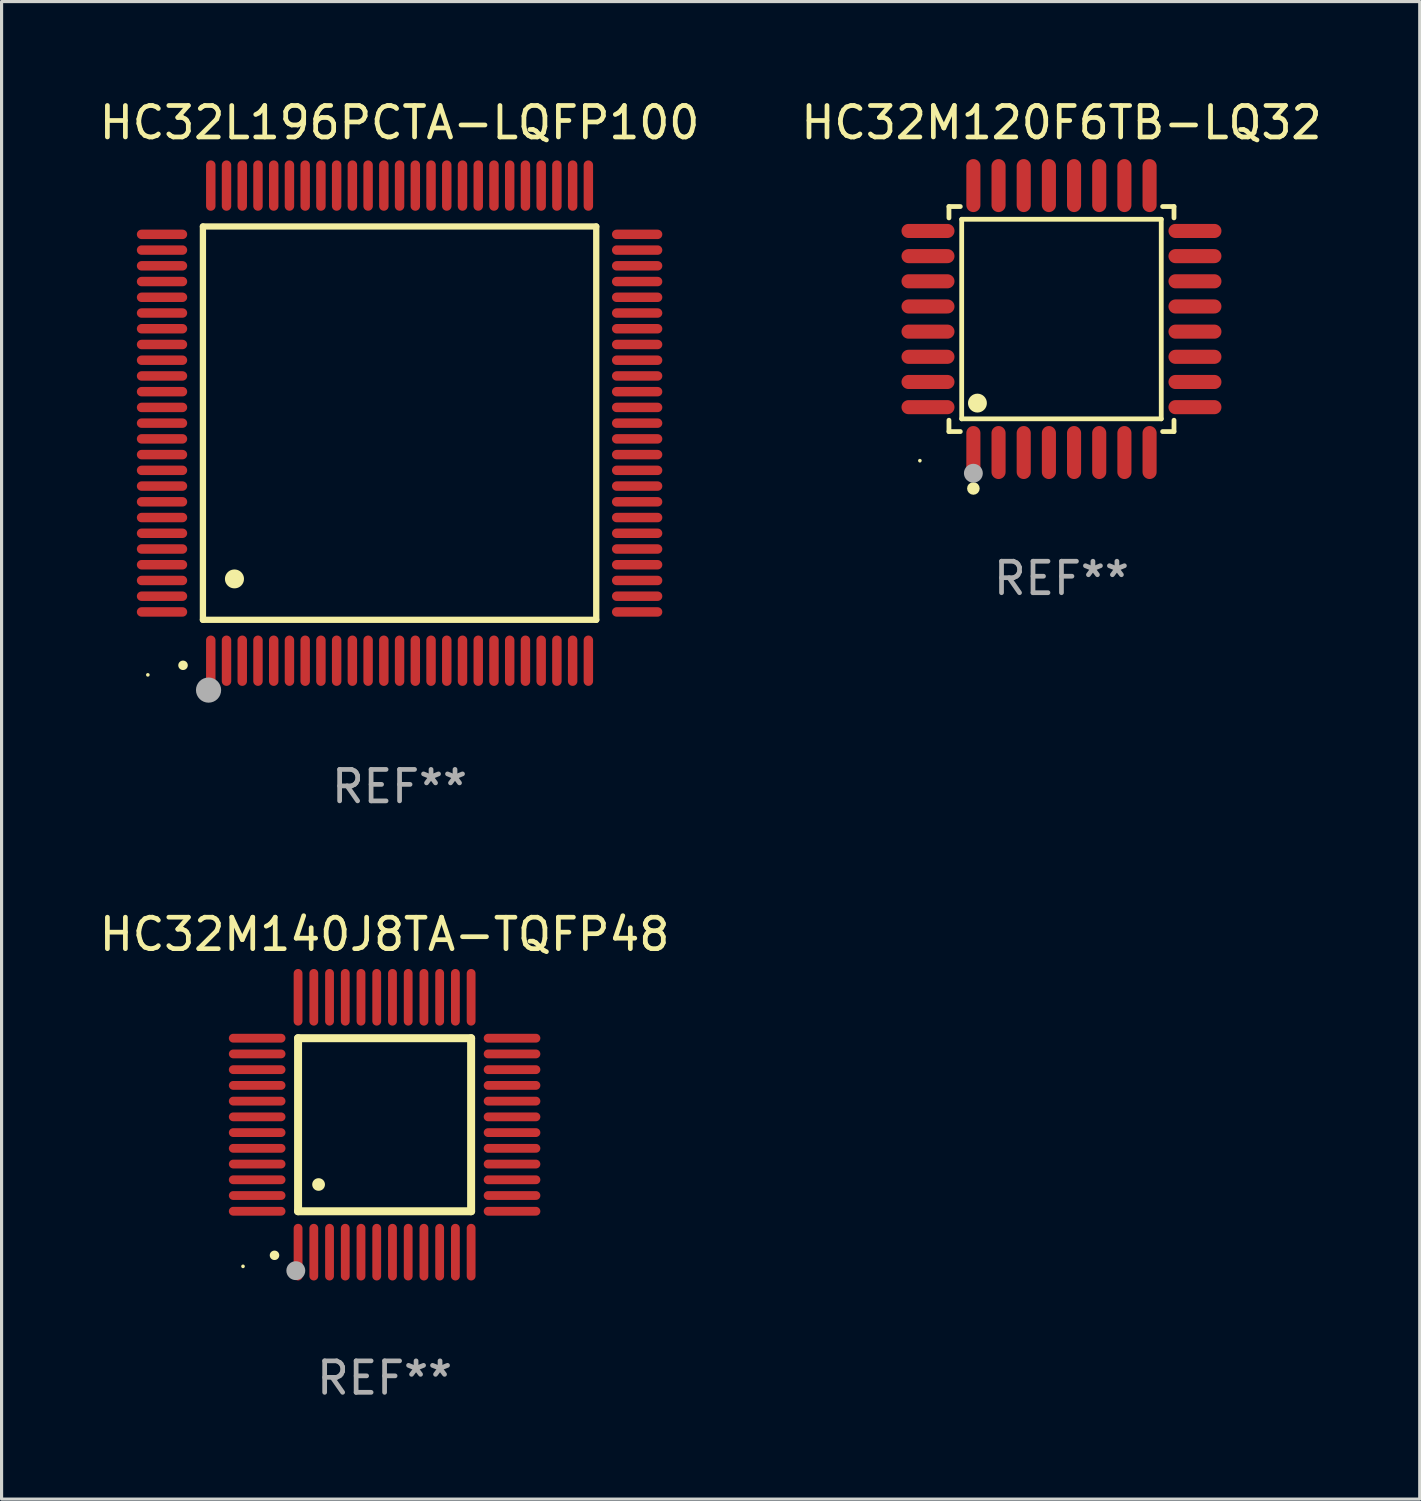
<source format=kicad_pcb>
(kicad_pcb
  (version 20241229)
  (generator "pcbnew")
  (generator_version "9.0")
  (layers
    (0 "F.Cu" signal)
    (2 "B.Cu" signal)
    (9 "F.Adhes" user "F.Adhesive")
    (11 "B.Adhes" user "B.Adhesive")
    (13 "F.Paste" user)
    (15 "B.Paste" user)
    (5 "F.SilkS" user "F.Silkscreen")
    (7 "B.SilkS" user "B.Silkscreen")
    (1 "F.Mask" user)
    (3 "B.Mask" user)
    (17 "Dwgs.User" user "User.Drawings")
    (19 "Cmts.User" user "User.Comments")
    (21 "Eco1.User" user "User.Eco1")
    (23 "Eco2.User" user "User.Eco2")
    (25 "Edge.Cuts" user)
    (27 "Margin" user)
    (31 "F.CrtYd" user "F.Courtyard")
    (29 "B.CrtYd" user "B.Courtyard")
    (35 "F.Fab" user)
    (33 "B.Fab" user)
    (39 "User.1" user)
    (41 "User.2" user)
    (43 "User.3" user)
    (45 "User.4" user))
  (footprint "HC32M140J8TA-TQFP48"
    (layer "F.Cu")
    (at 9.173 32.695)
    (property "Reference" "HC32M140J8TA-TQFP48" (at 0 -6.05 0) (layer "F.SilkS") (effects (font (size 1 1) (thickness 0.15))))
    (attr through_hole)
    (fp_line (start -2.75 -2.75) (end 2.75 -2.75) (stroke (width 0.254) (type solid)) (layer "F.SilkS"))
    (fp_line (start -2.75 2.75) (end -2.75 -2.75) (stroke (width 0.254) (type solid)) (layer "F.SilkS"))
    (fp_line (start 2.75 -2.75) (end 2.75 2.75) (stroke (width 0.254) (type solid)) (layer "F.SilkS"))
    (fp_line (start 2.75 2.75) (end -2.75 2.75) (stroke (width 0.254) (type solid)) (layer "F.SilkS"))
    (fp_arc (start -3.500127 4.150368) (mid -3.498857 4.150363) (end -3.497587 4.150368) (stroke (width 0.3) (type solid)) (layer "F.SilkS"))
    (fp_arc (start -2.100584 1.899924) (mid -2.098044 1.899908) (end -2.095504 1.899924) (stroke (width 0.4) (type solid)) (layer "F.SilkS"))
    (fp_circle (center -4.5 4.5) (end -4.47 4.5) (stroke (width 0.06) (type solid)) (fill no) (layer "F.SilkS"))
    (fp_circle (center -2.822 4.638) (end -2.672 4.638) (stroke (width 0.3) (type solid)) (fill no) (layer "F.Fab"))
    (fp_text user "REF**" (at 0 8.05 0) (layer "F.Fab") (effects (font (size 1 1) (thickness 0.15))))
    (pad "1" smd oval (at -2.75 4.05) (size 0.28 1.8) (layers "F.Cu" "F.Mask" "F.Paste"))
    (pad "2" smd oval (at -2.25 4.05) (size 0.28 1.8) (layers "F.Cu" "F.Mask" "F.Paste"))
    (pad "3" smd oval (at -1.75 4.05) (size 0.28 1.8) (layers "F.Cu" "F.Mask" "F.Paste"))
    (pad "4" smd oval (at -1.25 4.05) (size 0.28 1.8) (layers "F.Cu" "F.Mask" "F.Paste"))
    (pad "5" smd oval (at -0.75 4.05) (size 0.28 1.8) (layers "F.Cu" "F.Mask" "F.Paste"))
    (pad "6" smd oval (at -0.25 4.05) (size 0.28 1.8) (layers "F.Cu" "F.Mask" "F.Paste"))
    (pad "7" smd oval (at 0.25 4.05) (size 0.28 1.8) (layers "F.Cu" "F.Mask" "F.Paste"))
    (pad "8" smd oval (at 0.75 4.05) (size 0.28 1.8) (layers "F.Cu" "F.Mask" "F.Paste"))
    (pad "9" smd oval (at 1.25 4.05) (size 0.28 1.8) (layers "F.Cu" "F.Mask" "F.Paste"))
    (pad "10" smd oval (at 1.75 4.05) (size 0.28 1.8) (layers "F.Cu" "F.Mask" "F.Paste"))
    (pad "11" smd oval (at 2.25 4.05) (size 0.28 1.8) (layers "F.Cu" "F.Mask" "F.Paste"))
    (pad "12" smd oval (at 2.75 4.05) (size 0.28 1.8) (layers "F.Cu" "F.Mask" "F.Paste"))
    (pad "13" smd oval (at 4.05 2.75) (size 1.8 0.28) (layers "F.Cu" "F.Mask" "F.Paste"))
    (pad "14" smd oval (at 4.05 2.25) (size 1.8 0.28) (layers "F.Cu" "F.Mask" "F.Paste"))
    (pad "15" smd oval (at 4.05 1.75) (size 1.8 0.28) (layers "F.Cu" "F.Mask" "F.Paste"))
    (pad "16" smd oval (at 4.05 1.25) (size 1.8 0.28) (layers "F.Cu" "F.Mask" "F.Paste"))
    (pad "17" smd oval (at 4.05 0.75) (size 1.8 0.28) (layers "F.Cu" "F.Mask" "F.Paste"))
    (pad "18" smd oval (at 4.05 0.25) (size 1.8 0.28) (layers "F.Cu" "F.Mask" "F.Paste"))
    (pad "19" smd oval (at 4.05 -0.25) (size 1.8 0.28) (layers "F.Cu" "F.Mask" "F.Paste"))
    (pad "20" smd oval (at 4.05 -0.75) (size 1.8 0.28) (layers "F.Cu" "F.Mask" "F.Paste"))
    (pad "21" smd oval (at 4.05 -1.25) (size 1.8 0.28) (layers "F.Cu" "F.Mask" "F.Paste"))
    (pad "22" smd oval (at 4.05 -1.75) (size 1.8 0.28) (layers "F.Cu" "F.Mask" "F.Paste"))
    (pad "23" smd oval (at 4.05 -2.25) (size 1.8 0.28) (layers "F.Cu" "F.Mask" "F.Paste"))
    (pad "24" smd oval (at 4.05 -2.75) (size 1.8 0.28) (layers "F.Cu" "F.Mask" "F.Paste"))
    (pad "25" smd oval (at 2.75 -4.05) (size 0.28 1.8) (layers "F.Cu" "F.Mask" "F.Paste"))
    (pad "26" smd oval (at 2.25 -4.05) (size 0.28 1.8) (layers "F.Cu" "F.Mask" "F.Paste"))
    (pad "27" smd oval (at 1.75 -4.05) (size 0.28 1.8) (layers "F.Cu" "F.Mask" "F.Paste"))
    (pad "28" smd oval (at 1.25 -4.05) (size 0.28 1.8) (layers "F.Cu" "F.Mask" "F.Paste"))
    (pad "29" smd oval (at 0.75 -4.05) (size 0.28 1.8) (layers "F.Cu" "F.Mask" "F.Paste"))
    (pad "30" smd oval (at 0.25 -4.05) (size 0.28 1.8) (layers "F.Cu" "F.Mask" "F.Paste"))
    (pad "31" smd oval (at -0.25 -4.05) (size 0.28 1.8) (layers "F.Cu" "F.Mask" "F.Paste"))
    (pad "32" smd oval (at -0.75 -4.05) (size 0.28 1.8) (layers "F.Cu" "F.Mask" "F.Paste"))
    (pad "33" smd oval (at -1.25 -4.05) (size 0.28 1.8) (layers "F.Cu" "F.Mask" "F.Paste"))
    (pad "34" smd oval (at -1.75 -4.05) (size 0.28 1.8) (layers "F.Cu" "F.Mask" "F.Paste"))
    (pad "35" smd oval (at -2.25 -4.05) (size 0.28 1.8) (layers "F.Cu" "F.Mask" "F.Paste"))
    (pad "36" smd oval (at -2.75 -4.05) (size 0.28 1.8) (layers "F.Cu" "F.Mask" "F.Paste"))
    (pad "37" smd oval (at -4.05 -2.75) (size 1.8 0.28) (layers "F.Cu" "F.Mask" "F.Paste"))
    (pad "38" smd oval (at -4.05 -2.25) (size 1.8 0.28) (layers "F.Cu" "F.Mask" "F.Paste"))
    (pad "39" smd oval (at -4.05 -1.75) (size 1.8 0.28) (layers "F.Cu" "F.Mask" "F.Paste"))
    (pad "40" smd oval (at -4.05 -1.25) (size 1.8 0.28) (layers "F.Cu" "F.Mask" "F.Paste"))
    (pad "41" smd oval (at -4.05 -0.75) (size 1.8 0.28) (layers "F.Cu" "F.Mask" "F.Paste"))
    (pad "42" smd oval (at -4.05 -0.25) (size 1.8 0.28) (layers "F.Cu" "F.Mask" "F.Paste"))
    (pad "43" smd oval (at -4.05 0.25) (size 1.8 0.28) (layers "F.Cu" "F.Mask" "F.Paste"))
    (pad "44" smd oval (at -4.05 0.75) (size 1.8 0.28) (layers "F.Cu" "F.Mask" "F.Paste"))
    (pad "45" smd oval (at -4.05 1.25) (size 1.8 0.28) (layers "F.Cu" "F.Mask" "F.Paste"))
    (pad "46" smd oval (at -4.05 1.75) (size 1.8 0.28) (layers "F.Cu" "F.Mask" "F.Paste"))
    (pad "47" smd oval (at -4.05 2.25) (size 1.8 0.28) (layers "F.Cu" "F.Mask" "F.Paste"))
    (pad "48" smd oval (at -4.05 2.75) (size 1.8 0.28) (layers "F.Cu" "F.Mask" "F.Paste")))
  (footprint "HC32L196PCTA-LQFP100"
    (layer "F.Cu")
    (at 9.649 10.398)
    (property "Reference" "HC32L196PCTA-LQFP100" (at 0 -9.55 0) (layer "F.SilkS") (effects (font (size 1 1) (thickness 0.15))))
    (attr through_hole)
    (fp_line (start -6.25 -6.25) (end -6.25 6.25) (stroke (width 0.2) (type solid)) (layer "F.SilkS"))
    (fp_line (start -6.25 6.25) (end 6.25 6.25) (stroke (width 0.2) (type solid)) (layer "F.SilkS"))
    (fp_line (start 6.25 -6.25) (end -6.25 -6.25) (stroke (width 0.2) (type solid)) (layer "F.SilkS"))
    (fp_line (start 6.25 6.25) (end 6.25 -6.25) (stroke (width 0.2) (type solid)) (layer "F.SilkS"))
    (fp_arc (start -6.883414 7.696215) (mid -6.882144 7.69621) (end -6.880874 7.696215) (stroke (width 0.3) (type solid)) (layer "F.SilkS"))
    (fp_arc (start -5.250191 4.95047) (mid -5.247651 4.950459) (end -5.245111 4.95047) (stroke (width 0.6) (type solid)) (layer "F.SilkS"))
    (fp_circle (center -8 8) (end -7.97 8) (stroke (width 0.06) (type solid)) (fill no) (layer "F.SilkS"))
    (fp_circle (center -6.071 8.484) (end -5.871 8.484) (stroke (width 0.4) (type solid)) (fill no) (layer "F.Fab"))
    (fp_text user "REF**" (at 0 11.55 0) (layer "F.Fab") (effects (font (size 1 1) (thickness 0.15))))
    (pad "1" smd oval (at -6 7.55) (size 0.3 1.6) (layers "F.Cu" "F.Mask" "F.Paste"))
    (pad "2" smd oval (at -5.5 7.55) (size 0.3 1.6) (layers "F.Cu" "F.Mask" "F.Paste"))
    (pad "3" smd oval (at -5 7.55) (size 0.3 1.6) (layers "F.Cu" "F.Mask" "F.Paste"))
    (pad "4" smd oval (at -4.5 7.55) (size 0.3 1.6) (layers "F.Cu" "F.Mask" "F.Paste"))
    (pad "5" smd oval (at -4 7.55) (size 0.3 1.6) (layers "F.Cu" "F.Mask" "F.Paste"))
    (pad "6" smd oval (at -3.5 7.55) (size 0.3 1.6) (layers "F.Cu" "F.Mask" "F.Paste"))
    (pad "7" smd oval (at -3 7.55) (size 0.3 1.6) (layers "F.Cu" "F.Mask" "F.Paste"))
    (pad "8" smd oval (at -2.5 7.55) (size 0.3 1.6) (layers "F.Cu" "F.Mask" "F.Paste"))
    (pad "9" smd oval (at -2 7.55) (size 0.3 1.6) (layers "F.Cu" "F.Mask" "F.Paste"))
    (pad "10" smd oval (at -1.5 7.55) (size 0.3 1.6) (layers "F.Cu" "F.Mask" "F.Paste"))
    (pad "11" smd oval (at -1 7.55) (size 0.3 1.6) (layers "F.Cu" "F.Mask" "F.Paste"))
    (pad "12" smd oval (at -0.5 7.55) (size 0.3 1.6) (layers "F.Cu" "F.Mask" "F.Paste"))
    (pad "13" smd oval (at 0 7.55) (size 0.3 1.6) (layers "F.Cu" "F.Mask" "F.Paste"))
    (pad "14" smd oval (at 0.5 7.55) (size 0.3 1.6) (layers "F.Cu" "F.Mask" "F.Paste"))
    (pad "15" smd oval (at 1 7.55) (size 0.3 1.6) (layers "F.Cu" "F.Mask" "F.Paste"))
    (pad "16" smd oval (at 1.5 7.55) (size 0.3 1.6) (layers "F.Cu" "F.Mask" "F.Paste"))
    (pad "17" smd oval (at 2 7.55) (size 0.3 1.6) (layers "F.Cu" "F.Mask" "F.Paste"))
    (pad "18" smd oval (at 2.5 7.55) (size 0.3 1.6) (layers "F.Cu" "F.Mask" "F.Paste"))
    (pad "19" smd oval (at 3 7.55) (size 0.3 1.6) (layers "F.Cu" "F.Mask" "F.Paste"))
    (pad "20" smd oval (at 3.5 7.55) (size 0.3 1.6) (layers "F.Cu" "F.Mask" "F.Paste"))
    (pad "21" smd oval (at 4 7.55) (size 0.3 1.6) (layers "F.Cu" "F.Mask" "F.Paste"))
    (pad "22" smd oval (at 4.5 7.55) (size 0.3 1.6) (layers "F.Cu" "F.Mask" "F.Paste"))
    (pad "23" smd oval (at 5 7.55) (size 0.3 1.6) (layers "F.Cu" "F.Mask" "F.Paste"))
    (pad "24" smd oval (at 5.5 7.55) (size 0.3 1.6) (layers "F.Cu" "F.Mask" "F.Paste"))
    (pad "25" smd oval (at 6 7.55) (size 0.3 1.6) (layers "F.Cu" "F.Mask" "F.Paste"))
    (pad "26" smd oval (at 7.55 6) (size 1.6 0.3) (layers "F.Cu" "F.Mask" "F.Paste"))
    (pad "27" smd oval (at 7.55 5.5) (size 1.6 0.3) (layers "F.Cu" "F.Mask" "F.Paste"))
    (pad "28" smd oval (at 7.55 5) (size 1.6 0.3) (layers "F.Cu" "F.Mask" "F.Paste"))
    (pad "29" smd oval (at 7.55 4.5) (size 1.6 0.3) (layers "F.Cu" "F.Mask" "F.Paste"))
    (pad "30" smd oval (at 7.55 4) (size 1.6 0.3) (layers "F.Cu" "F.Mask" "F.Paste"))
    (pad "31" smd oval (at 7.55 3.5) (size 1.6 0.3) (layers "F.Cu" "F.Mask" "F.Paste"))
    (pad "32" smd oval (at 7.55 3) (size 1.6 0.3) (layers "F.Cu" "F.Mask" "F.Paste"))
    (pad "33" smd oval (at 7.55 2.5) (size 1.6 0.3) (layers "F.Cu" "F.Mask" "F.Paste"))
    (pad "34" smd oval (at 7.55 2) (size 1.6 0.3) (layers "F.Cu" "F.Mask" "F.Paste"))
    (pad "35" smd oval (at 7.55 1.5) (size 1.6 0.3) (layers "F.Cu" "F.Mask" "F.Paste"))
    (pad "36" smd oval (at 7.55 1) (size 1.6 0.3) (layers "F.Cu" "F.Mask" "F.Paste"))
    (pad "37" smd oval (at 7.55 0.5) (size 1.6 0.3) (layers "F.Cu" "F.Mask" "F.Paste"))
    (pad "38" smd oval (at 7.55 0) (size 1.6 0.3) (layers "F.Cu" "F.Mask" "F.Paste"))
    (pad "39" smd oval (at 7.55 -0.5) (size 1.6 0.3) (layers "F.Cu" "F.Mask" "F.Paste"))
    (pad "40" smd oval (at 7.55 -1) (size 1.6 0.3) (layers "F.Cu" "F.Mask" "F.Paste"))
    (pad "41" smd oval (at 7.55 -1.5) (size 1.6 0.3) (layers "F.Cu" "F.Mask" "F.Paste"))
    (pad "42" smd oval (at 7.55 -2) (size 1.6 0.3) (layers "F.Cu" "F.Mask" "F.Paste"))
    (pad "43" smd oval (at 7.55 -2.5) (size 1.6 0.3) (layers "F.Cu" "F.Mask" "F.Paste"))
    (pad "44" smd oval (at 7.55 -3) (size 1.6 0.3) (layers "F.Cu" "F.Mask" "F.Paste"))
    (pad "45" smd oval (at 7.55 -3.5) (size 1.6 0.3) (layers "F.Cu" "F.Mask" "F.Paste"))
    (pad "46" smd oval (at 7.55 -4) (size 1.6 0.3) (layers "F.Cu" "F.Mask" "F.Paste"))
    (pad "47" smd oval (at 7.55 -4.5) (size 1.6 0.3) (layers "F.Cu" "F.Mask" "F.Paste"))
    (pad "48" smd oval (at 7.55 -5) (size 1.6 0.3) (layers "F.Cu" "F.Mask" "F.Paste"))
    (pad "49" smd oval (at 7.55 -5.5) (size 1.6 0.3) (layers "F.Cu" "F.Mask" "F.Paste"))
    (pad "50" smd oval (at 7.55 -6) (size 1.6 0.3) (layers "F.Cu" "F.Mask" "F.Paste"))
    (pad "51" smd oval (at 6 -7.55) (size 0.3 1.6) (layers "F.Cu" "F.Mask" "F.Paste"))
    (pad "52" smd oval (at 5.5 -7.55) (size 0.3 1.6) (layers "F.Cu" "F.Mask" "F.Paste"))
    (pad "53" smd oval (at 5 -7.55) (size 0.3 1.6) (layers "F.Cu" "F.Mask" "F.Paste"))
    (pad "54" smd oval (at 4.5 -7.55) (size 0.3 1.6) (layers "F.Cu" "F.Mask" "F.Paste"))
    (pad "55" smd oval (at 4 -7.55) (size 0.3 1.6) (layers "F.Cu" "F.Mask" "F.Paste"))
    (pad "56" smd oval (at 3.5 -7.55) (size 0.3 1.6) (layers "F.Cu" "F.Mask" "F.Paste"))
    (pad "57" smd oval (at 3 -7.55) (size 0.3 1.6) (layers "F.Cu" "F.Mask" "F.Paste"))
    (pad "58" smd oval (at 2.5 -7.55) (size 0.3 1.6) (layers "F.Cu" "F.Mask" "F.Paste"))
    (pad "59" smd oval (at 2 -7.55) (size 0.3 1.6) (layers "F.Cu" "F.Mask" "F.Paste"))
    (pad "60" smd oval (at 1.5 -7.55) (size 0.3 1.6) (layers "F.Cu" "F.Mask" "F.Paste"))
    (pad "61" smd oval (at 1 -7.55) (size 0.3 1.6) (layers "F.Cu" "F.Mask" "F.Paste"))
    (pad "62" smd oval (at 0.5 -7.55) (size 0.3 1.6) (layers "F.Cu" "F.Mask" "F.Paste"))
    (pad "63" smd oval (at 0 -7.55) (size 0.3 1.6) (layers "F.Cu" "F.Mask" "F.Paste"))
    (pad "64" smd oval (at -0.5 -7.55) (size 0.3 1.6) (layers "F.Cu" "F.Mask" "F.Paste"))
    (pad "65" smd oval (at -1 -7.55) (size 0.3 1.6) (layers "F.Cu" "F.Mask" "F.Paste"))
    (pad "66" smd oval (at -1.5 -7.55) (size 0.3 1.6) (layers "F.Cu" "F.Mask" "F.Paste"))
    (pad "67" smd oval (at -2 -7.55) (size 0.3 1.6) (layers "F.Cu" "F.Mask" "F.Paste"))
    (pad "68" smd oval (at -2.5 -7.55) (size 0.3 1.6) (layers "F.Cu" "F.Mask" "F.Paste"))
    (pad "69" smd oval (at -3 -7.55) (size 0.3 1.6) (layers "F.Cu" "F.Mask" "F.Paste"))
    (pad "70" smd oval (at -3.5 -7.55) (size 0.3 1.6) (layers "F.Cu" "F.Mask" "F.Paste"))
    (pad "71" smd oval (at -4 -7.55) (size 0.3 1.6) (layers "F.Cu" "F.Mask" "F.Paste"))
    (pad "72" smd oval (at -4.5 -7.55) (size 0.3 1.6) (layers "F.Cu" "F.Mask" "F.Paste"))
    (pad "73" smd oval (at -5 -7.55) (size 0.3 1.6) (layers "F.Cu" "F.Mask" "F.Paste"))
    (pad "74" smd oval (at -5.5 -7.55) (size 0.3 1.6) (layers "F.Cu" "F.Mask" "F.Paste"))
    (pad "75" smd oval (at -6 -7.55) (size 0.3 1.6) (layers "F.Cu" "F.Mask" "F.Paste"))
    (pad "76" smd oval (at -7.55 -6) (size 1.6 0.3) (layers "F.Cu" "F.Mask" "F.Paste"))
    (pad "77" smd oval (at -7.55 -5.5) (size 1.6 0.3) (layers "F.Cu" "F.Mask" "F.Paste"))
    (pad "78" smd oval (at -7.55 -5) (size 1.6 0.3) (layers "F.Cu" "F.Mask" "F.Paste"))
    (pad "79" smd oval (at -7.55 -4.5) (size 1.6 0.3) (layers "F.Cu" "F.Mask" "F.Paste"))
    (pad "80" smd oval (at -7.55 -4) (size 1.6 0.3) (layers "F.Cu" "F.Mask" "F.Paste"))
    (pad "81" smd oval (at -7.55 -3.5) (size 1.6 0.3) (layers "F.Cu" "F.Mask" "F.Paste"))
    (pad "82" smd oval (at -7.55 -3) (size 1.6 0.3) (layers "F.Cu" "F.Mask" "F.Paste"))
    (pad "83" smd oval (at -7.55 -2.5) (size 1.6 0.3) (layers "F.Cu" "F.Mask" "F.Paste"))
    (pad "84" smd oval (at -7.55 -2) (size 1.6 0.3) (layers "F.Cu" "F.Mask" "F.Paste"))
    (pad "85" smd oval (at -7.55 -1.5) (size 1.6 0.3) (layers "F.Cu" "F.Mask" "F.Paste"))
    (pad "86" smd oval (at -7.55 -1) (size 1.6 0.3) (layers "F.Cu" "F.Mask" "F.Paste"))
    (pad "87" smd oval (at -7.55 -0.5) (size 1.6 0.3) (layers "F.Cu" "F.Mask" "F.Paste"))
    (pad "88" smd oval (at -7.55 0) (size 1.6 0.3) (layers "F.Cu" "F.Mask" "F.Paste"))
    (pad "89" smd oval (at -7.55 0.5) (size 1.6 0.3) (layers "F.Cu" "F.Mask" "F.Paste"))
    (pad "90" smd oval (at -7.55 1) (size 1.6 0.3) (layers "F.Cu" "F.Mask" "F.Paste"))
    (pad "91" smd oval (at -7.55 1.5) (size 1.6 0.3) (layers "F.Cu" "F.Mask" "F.Paste"))
    (pad "92" smd oval (at -7.55 2) (size 1.6 0.3) (layers "F.Cu" "F.Mask" "F.Paste"))
    (pad "93" smd oval (at -7.55 2.5) (size 1.6 0.3) (layers "F.Cu" "F.Mask" "F.Paste"))
    (pad "94" smd oval (at -7.55 3) (size 1.6 0.3) (layers "F.Cu" "F.Mask" "F.Paste"))
    (pad "95" smd oval (at -7.55 3.5) (size 1.6 0.3) (layers "F.Cu" "F.Mask" "F.Paste"))
    (pad "96" smd oval (at -7.55 4) (size 1.6 0.3) (layers "F.Cu" "F.Mask" "F.Paste"))
    (pad "97" smd oval (at -7.55 4.5) (size 1.6 0.3) (layers "F.Cu" "F.Mask" "F.Paste"))
    (pad "98" smd oval (at -7.55 5) (size 1.6 0.3) (layers "F.Cu" "F.Mask" "F.Paste"))
    (pad "99" smd oval (at -7.55 5.5) (size 1.6 0.3) (layers "F.Cu" "F.Mask" "F.Paste"))
    (pad "100" smd oval (at -7.55 6) (size 1.6 0.3) (layers "F.Cu" "F.Mask" "F.Paste")))
  (footprint "HC32M120F6TB-LQ32"
    (layer "F.Cu")
    (at 30.685 7.09)
    (property "Reference" "HC32M120F6TB-LQ32" (at 0 -6.242 0) (layer "F.SilkS") (effects (font (size 1 1) (thickness 0.15))))
    (attr through_hole)
    (fp_line (start -3.576 -3.576) (end -3.215 -3.576) (stroke (width 0.152) (type solid)) (layer "F.SilkS"))
    (fp_line (start -3.576 -3.215) (end -3.576 -3.576) (stroke (width 0.152) (type solid)) (layer "F.SilkS"))
    (fp_line (start -3.576 3.215) (end -3.576 3.576) (stroke (width 0.152) (type solid)) (layer "F.SilkS"))
    (fp_line (start -3.576 3.576) (end -3.215 3.576) (stroke (width 0.152) (type solid)) (layer "F.SilkS"))
    (fp_line (start -3.171 -3.171) (end 3.171 -3.171) (stroke (width 0.152) (type solid)) (layer "F.SilkS"))
    (fp_line (start -3.171 3.171) (end -3.171 -3.171) (stroke (width 0.152) (type solid)) (layer "F.SilkS"))
    (fp_line (start 3.171 -3.171) (end 3.171 3.171) (stroke (width 0.152) (type solid)) (layer "F.SilkS"))
    (fp_line (start 3.171 3.171) (end -3.171 3.171) (stroke (width 0.152) (type solid)) (layer "F.SilkS"))
    (fp_line (start 3.576 -3.576) (end 3.215 -3.576) (stroke (width 0.152) (type solid)) (layer "F.SilkS"))
    (fp_line (start 3.576 -3.215) (end 3.576 -3.576) (stroke (width 0.152) (type solid)) (layer "F.SilkS"))
    (fp_line (start 3.576 3.215) (end 3.576 3.576) (stroke (width 0.152) (type solid)) (layer "F.SilkS"))
    (fp_line (start 3.576 3.576) (end 3.215 3.576) (stroke (width 0.152) (type solid)) (layer "F.SilkS"))
    (fp_circle (center -4.5 4.5) (end -4.47 4.5) (stroke (width 0.06) (type solid)) (fill no) (layer "F.SilkS"))
    (fp_circle (center -2.8 5.384) (end -2.7 5.384) (stroke (width 0.2) (type solid)) (fill no) (layer "F.SilkS"))
    (fp_circle (center -2.671 2.671) (end -2.521 2.671) (stroke (width 0.3) (type solid)) (fill no) (layer "F.SilkS"))
    (fp_circle (center -2.8 4.9) (end -2.65 4.9) (stroke (width 0.3) (type solid)) (fill no) (layer "F.Fab"))
    (fp_text user "REF**" (at 0 8.242 0) (layer "F.Fab") (effects (font (size 1 1) (thickness 0.15))))
    (pad "1" smd oval (at -2.8 4.242) (size 0.448 1.684) (layers "F.Cu" "F.Mask" "F.Paste"))
    (pad "2" smd oval (at -2 4.242) (size 0.448 1.684) (layers "F.Cu" "F.Mask" "F.Paste"))
    (pad "3" smd oval (at -1.2 4.242) (size 0.448 1.684) (layers "F.Cu" "F.Mask" "F.Paste"))
    (pad "4" smd oval (at -0.4 4.242) (size 0.448 1.684) (layers "F.Cu" "F.Mask" "F.Paste"))
    (pad "5" smd oval (at 0.4 4.242) (size 0.448 1.684) (layers "F.Cu" "F.Mask" "F.Paste"))
    (pad "6" smd oval (at 1.2 4.242) (size 0.448 1.684) (layers "F.Cu" "F.Mask" "F.Paste"))
    (pad "7" smd oval (at 2 4.242) (size 0.448 1.684) (layers "F.Cu" "F.Mask" "F.Paste"))
    (pad "8" smd oval (at 2.8 4.242) (size 0.448 1.684) (layers "F.Cu" "F.Mask" "F.Paste"))
    (pad "9" smd oval (at 4.242 2.8) (size 1.684 0.448) (layers "F.Cu" "F.Mask" "F.Paste"))
    (pad "10" smd oval (at 4.242 2) (size 1.684 0.448) (layers "F.Cu" "F.Mask" "F.Paste"))
    (pad "11" smd oval (at 4.242 1.2) (size 1.684 0.448) (layers "F.Cu" "F.Mask" "F.Paste"))
    (pad "12" smd oval (at 4.242 0.4) (size 1.684 0.448) (layers "F.Cu" "F.Mask" "F.Paste"))
    (pad "13" smd oval (at 4.242 -0.4) (size 1.684 0.448) (layers "F.Cu" "F.Mask" "F.Paste"))
    (pad "14" smd oval (at 4.242 -1.2) (size 1.684 0.448) (layers "F.Cu" "F.Mask" "F.Paste"))
    (pad "15" smd oval (at 4.242 -2) (size 1.684 0.448) (layers "F.Cu" "F.Mask" "F.Paste"))
    (pad "16" smd oval (at 4.242 -2.8) (size 1.684 0.448) (layers "F.Cu" "F.Mask" "F.Paste"))
    (pad "17" smd oval (at 2.8 -4.242) (size 0.448 1.684) (layers "F.Cu" "F.Mask" "F.Paste"))
    (pad "18" smd oval (at 2 -4.242) (size 0.448 1.684) (layers "F.Cu" "F.Mask" "F.Paste"))
    (pad "19" smd oval (at 1.2 -4.242) (size 0.448 1.684) (layers "F.Cu" "F.Mask" "F.Paste"))
    (pad "20" smd oval (at 0.4 -4.242) (size 0.448 1.684) (layers "F.Cu" "F.Mask" "F.Paste"))
    (pad "21" smd oval (at -0.4 -4.242) (size 0.448 1.684) (layers "F.Cu" "F.Mask" "F.Paste"))
    (pad "22" smd oval (at -1.2 -4.242) (size 0.448 1.684) (layers "F.Cu" "F.Mask" "F.Paste"))
    (pad "23" smd oval (at -2 -4.242) (size 0.448 1.684) (layers "F.Cu" "F.Mask" "F.Paste"))
    (pad "24" smd oval (at -2.8 -4.242) (size 0.448 1.684) (layers "F.Cu" "F.Mask" "F.Paste"))
    (pad "25" smd oval (at -4.242 -2.8) (size 1.684 0.448) (layers "F.Cu" "F.Mask" "F.Paste"))
    (pad "26" smd oval (at -4.242 -2) (size 1.684 0.448) (layers "F.Cu" "F.Mask" "F.Paste"))
    (pad "27" smd oval (at -4.242 -1.2) (size 1.684 0.448) (layers "F.Cu" "F.Mask" "F.Paste"))
    (pad "28" smd oval (at -4.242 -0.4) (size 1.684 0.448) (layers "F.Cu" "F.Mask" "F.Paste"))
    (pad "29" smd oval (at -4.242 0.4) (size 1.684 0.448) (layers "F.Cu" "F.Mask" "F.Paste"))
    (pad "30" smd oval (at -4.242 1.2) (size 1.684 0.448) (layers "F.Cu" "F.Mask" "F.Paste"))
    (pad "31" smd oval (at -4.242 2) (size 1.684 0.448) (layers "F.Cu" "F.Mask" "F.Paste"))
    (pad "32" smd oval (at -4.242 2.8) (size 1.684 0.448) (layers "F.Cu" "F.Mask" "F.Paste")))
  (gr_rect
    (start -3 -3)
    (end 42.071 44.593)
    (stroke (width 0.1) (type default))
    (fill no)
    (layer "Edge.Cuts")))
</source>
